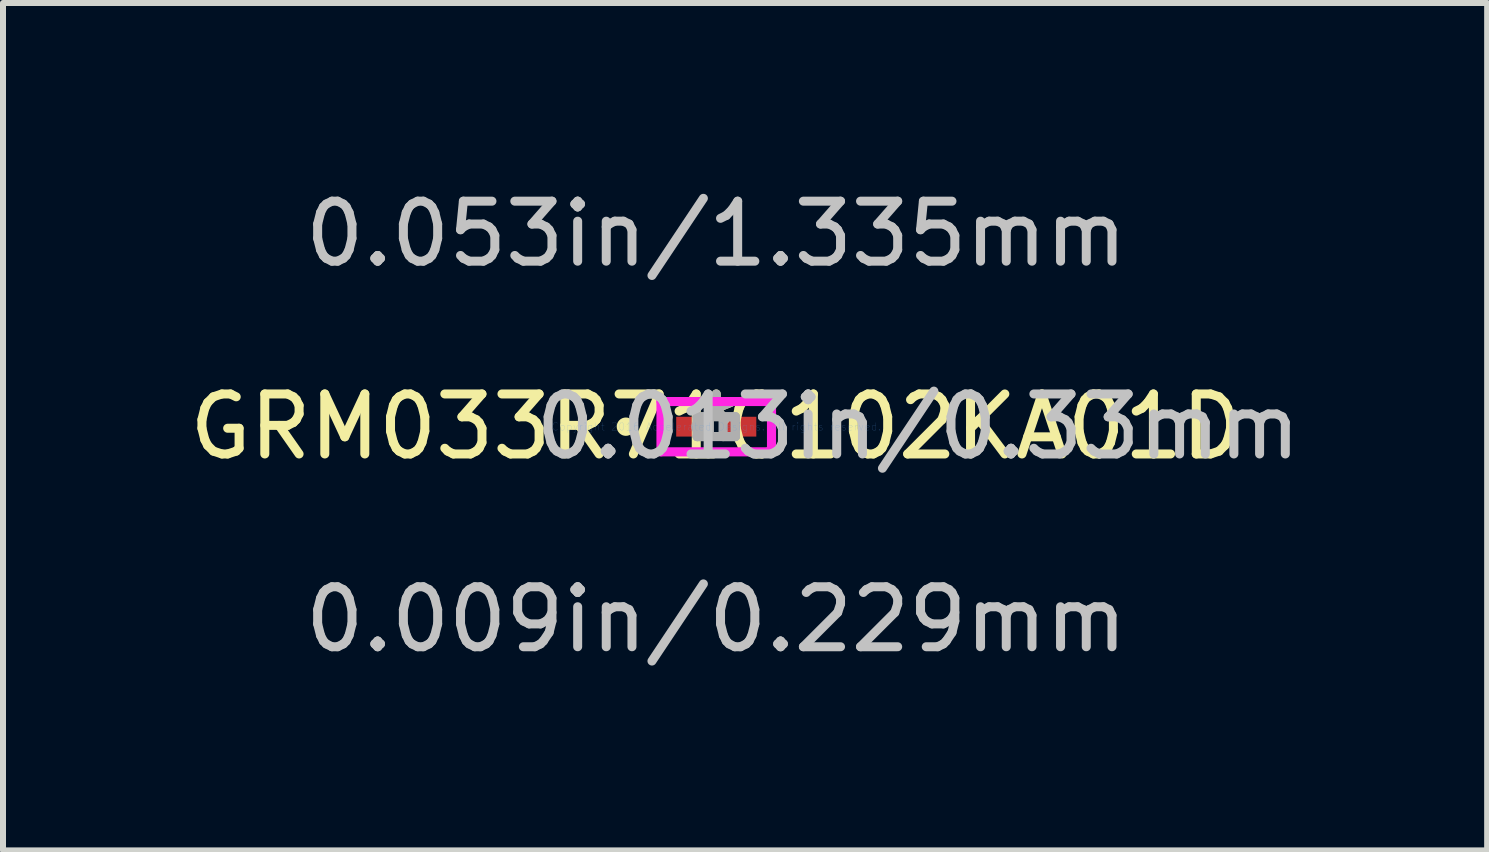
<source format=kicad_pcb>
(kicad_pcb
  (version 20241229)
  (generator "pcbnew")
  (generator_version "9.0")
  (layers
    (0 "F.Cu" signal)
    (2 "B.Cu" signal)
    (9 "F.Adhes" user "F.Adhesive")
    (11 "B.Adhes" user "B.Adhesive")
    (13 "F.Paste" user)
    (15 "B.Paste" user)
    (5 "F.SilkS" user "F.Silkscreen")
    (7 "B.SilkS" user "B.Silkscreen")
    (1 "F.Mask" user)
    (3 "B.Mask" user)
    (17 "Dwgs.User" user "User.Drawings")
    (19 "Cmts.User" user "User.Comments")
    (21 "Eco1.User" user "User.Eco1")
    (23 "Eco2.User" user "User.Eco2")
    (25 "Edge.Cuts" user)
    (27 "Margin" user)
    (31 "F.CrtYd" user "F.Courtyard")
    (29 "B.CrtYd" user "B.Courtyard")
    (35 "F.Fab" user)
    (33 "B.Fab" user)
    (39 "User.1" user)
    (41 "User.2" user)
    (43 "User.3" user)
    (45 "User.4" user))
  (footprint "GRM033R71C102KA01D"
    (layer "F.Cu")
    (at 8.887 4.061)
    (property "Reference" "GRM033R71C102KA01D" (at 0 0 0) (layer "F.SilkS") (effects (font (size 1 1) (thickness 0.15))))
    (attr through_hole)
    (fp_circle (center -1.506 0) (end -1.429 0) (stroke (width 0.152) (type solid)) (fill no) (layer "F.SilkS"))
    (fp_line (start -0.921 -0.419) (end 0.921 -0.419) (stroke (width 0.152) (type solid)) (layer "F.CrtYd"))
    (fp_line (start -0.921 0.419) (end -0.921 -0.419) (stroke (width 0.152) (type solid)) (layer "F.CrtYd"))
    (fp_line (start 0.921 -0.419) (end 0.921 0.419) (stroke (width 0.152) (type solid)) (layer "F.CrtYd"))
    (fp_line (start 0.921 0.419) (end -0.921 0.419) (stroke (width 0.152) (type solid)) (layer "F.CrtYd"))
    (fp_line (start -0.318 -0.165) (end -0.318 0.165) (stroke (width 0.152) (type solid)) (layer "F.Fab"))
    (fp_line (start -0.318 -0.165) (end -0.318 0.165) (stroke (width 0.152) (type solid)) (layer "F.Fab"))
    (fp_line (start -0.318 0.165) (end -0.114 0.165) (stroke (width 0.152) (type solid)) (layer "F.Fab"))
    (fp_line (start -0.318 0.165) (end 0.318 0.165) (stroke (width 0.152) (type solid)) (layer "F.Fab"))
    (fp_line (start -0.114 -0.165) (end -0.318 -0.165) (stroke (width 0.152) (type solid)) (layer "F.Fab"))
    (fp_line (start -0.114 0.165) (end -0.114 -0.165) (stroke (width 0.152) (type solid)) (layer "F.Fab"))
    (fp_line (start 0.114 -0.165) (end 0.114 0.165) (stroke (width 0.152) (type solid)) (layer "F.Fab"))
    (fp_line (start 0.114 0.165) (end 0.318 0.165) (stroke (width 0.152) (type solid)) (layer "F.Fab"))
    (fp_line (start 0.318 -0.165) (end -0.318 -0.165) (stroke (width 0.152) (type solid)) (layer "F.Fab"))
    (fp_line (start 0.318 -0.165) (end 0.114 -0.165) (stroke (width 0.152) (type solid)) (layer "F.Fab"))
    (fp_line (start 0.318 0.165) (end 0.318 -0.165) (stroke (width 0.152) (type solid)) (layer "F.Fab"))
    (fp_line (start 0.318 0.165) (end 0.318 -0.165) (stroke (width 0.152) (type solid)) (layer "F.Fab"))
    (fp_circle (center -0.264 0) (end -0.188 0) (stroke (width 0.152) (type solid)) (fill no) (layer "F.Fab"))
    (fp_text user "*" (at 0 0 0) (layer "F.SilkS") (effects (font (size 1 1) (thickness 0.15))))
    (fp_text user "0.009in/0.229mm" (at 0 3.213 0) (layer "Dwgs.User") (effects (font (size 1 1) (thickness 0.15))))
    (fp_text user "0.013in/0.33mm" (at 3.365 0 0) (layer "Dwgs.User") (effects (font (size 1 1) (thickness 0.15))))
    (fp_text user "0.053in/1.335mm" (at 0 -3.213 0) (layer "Dwgs.User") (effects (font (size 1 1) (thickness 0.15))))
    (fp_text user "Copyright 2016 Accelerated Designs. All rights reserved." (at 0 0 0) (layer "Cmts.User") (effects (font (size 0.127 0.127) (thickness 0.002))))
    (fp_text user "*" (at 0 0 0) (layer "F.Fab") (effects (font (size 1 1) (thickness 0.15))))
    (pad "1" smd rect (at -0.391 0) (size 0.553 0.33) (layers "F.Cu" "F.Mask" "F.Paste"))
    (pad "2" smd rect (at 0.391 0) (size 0.553 0.33) (layers "F.Cu" "F.Mask" "F.Paste")))
  (gr_rect
    (start -3 -3)
    (end 21.735 11.123)
    (stroke (width 0.1) (type default))
    (fill no)
    (layer "Edge.Cuts")))
</source>
